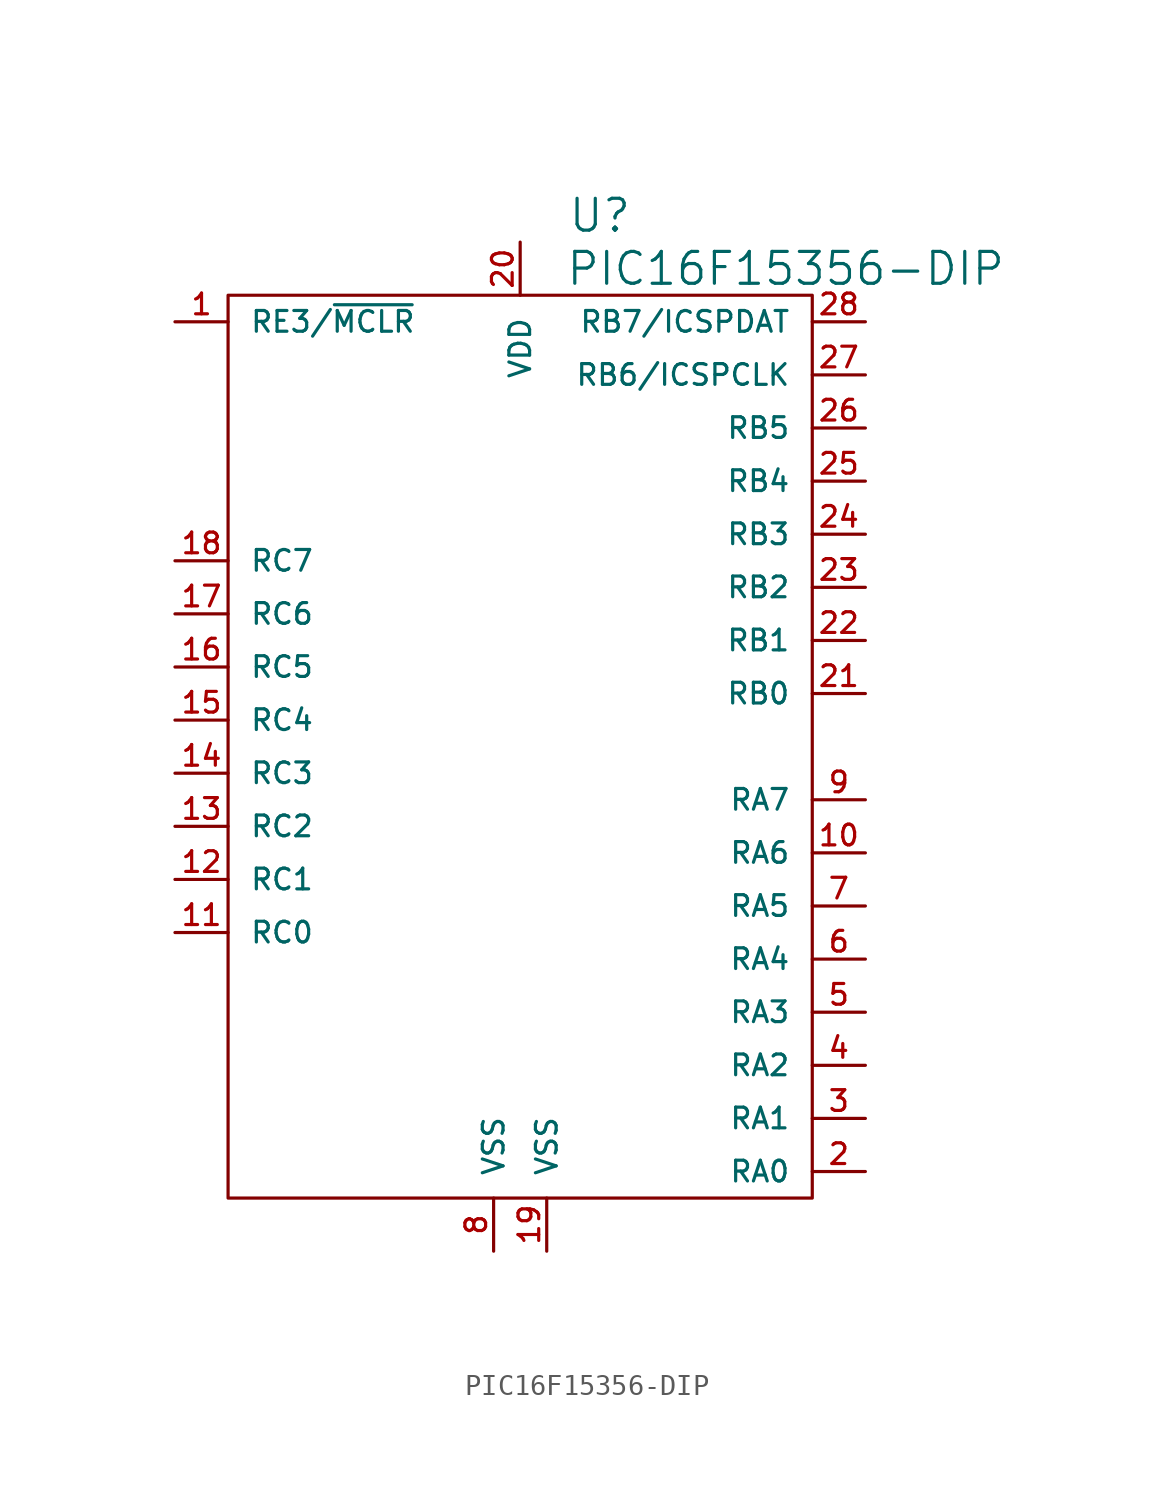
<source format=kicad_sym>
(kicad_symbol_lib
  (version 20220914)
  (generator kicad_symbol_editor)
  (symbol "PIC16F15356-DIP"
    (pin_names
      (offset 1.016))
    (property "Reference" "U"
      (at 3.81 25.4 0)
      (effects (font (size 1.524 1.524))))
    (property "Value" "PIC16F15356-DIP"
      (at 12.7 22.86 0)
      (effects (font (size 1.524 1.524))))
    (property "Footprint" ""
      (at 0 0 0)
      (effects (font (size 1.524 1.524))))
    (property "Datasheet" ""
      (at 0 0 0)
      (effects (font (size 1.524 1.524))))
    (symbol "PIC16F15356-DIP_0_1"
      (rectangle (start -13.97 21.59) (end 13.97 -21.59) (stroke (width 0) (type solid)) (fill (type none))))
    (symbol "PIC16F15356-DIP_1_1"
      (pin passive line (at -16.51 20.32 0) (length 2.54) (name "RE3/~{MCLR}" (effects (font (size 0.991 0.991)))) (number "1" (effects (font (size 0.991 0.991)))))
      (pin passive line (at 16.51 -5.08 180) (length 2.54) (name "RA6" (effects (font (size 0.991 0.991)))) (number "10" (effects (font (size 0.991 0.991)))))
      (pin passive line (at -16.51 -8.89 0) (length 2.54) (name "RC0" (effects (font (size 0.991 0.991)))) (number "11" (effects (font (size 0.991 0.991)))))
      (pin passive line (at -16.51 -6.35 0) (length 2.54) (name "RC1" (effects (font (size 0.991 0.991)))) (number "12" (effects (font (size 0.991 0.991)))))
      (pin passive line (at -16.51 -3.81 0) (length 2.54) (name "RC2" (effects (font (size 0.991 0.991)))) (number "13" (effects (font (size 0.991 0.991)))))
      (pin passive line (at -16.51 -1.27 0) (length 2.54) (name "RC3" (effects (font (size 0.991 0.991)))) (number "14" (effects (font (size 0.991 0.991)))))
      (pin passive line (at -16.51 1.27 0) (length 2.54) (name "RC4" (effects (font (size 0.991 0.991)))) (number "15" (effects (font (size 0.991 0.991)))))
      (pin passive line (at -16.51 3.81 0) (length 2.54) (name "RC5" (effects (font (size 0.991 0.991)))) (number "16" (effects (font (size 0.991 0.991)))))
      (pin passive line (at -16.51 6.35 0) (length 2.54) (name "RC6" (effects (font (size 0.991 0.991)))) (number "17" (effects (font (size 0.991 0.991)))))
      (pin passive line (at -16.51 8.89 0) (length 2.54) (name "RC7" (effects (font (size 0.991 0.991)))) (number "18" (effects (font (size 0.991 0.991)))))
      (pin passive line (at 1.27 -24.13 90) (length 2.54) (name "VSS" (effects (font (size 0.991 0.991)))) (number "19" (effects (font (size 0.991 0.991)))))
      (pin passive line (at 16.51 -20.32 180) (length 2.54) (name "RA0" (effects (font (size 0.991 0.991)))) (number "2" (effects (font (size 0.991 0.991)))))
      (pin passive line (at 0 24.13 270) (length 2.54) (name "VDD" (effects (font (size 0.991 0.991)))) (number "20" (effects (font (size 0.991 0.991)))))
      (pin passive line (at 16.51 2.54 180) (length 2.54) (name "RB0" (effects (font (size 0.991 0.991)))) (number "21" (effects (font (size 0.991 0.991)))))
      (pin passive line (at 16.51 5.08 180) (length 2.54) (name "RB1" (effects (font (size 0.991 0.991)))) (number "22" (effects (font (size 0.991 0.991)))))
      (pin passive line (at 16.51 7.62 180) (length 2.54) (name "RB2" (effects (font (size 0.991 0.991)))) (number "23" (effects (font (size 0.991 0.991)))))
      (pin passive line (at 16.51 10.16 180) (length 2.54) (name "RB3" (effects (font (size 0.991 0.991)))) (number "24" (effects (font (size 0.991 0.991)))))
      (pin passive line (at 16.51 12.7 180) (length 2.54) (name "RB4" (effects (font (size 0.991 0.991)))) (number "25" (effects (font (size 0.991 0.991)))))
      (pin passive line (at 16.51 15.24 180) (length 2.54) (name "RB5" (effects (font (size 0.991 0.991)))) (number "26" (effects (font (size 0.991 0.991)))))
      (pin passive line (at 16.51 17.78 180) (length 2.54) (name "RB6/ICSPCLK" (effects (font (size 0.991 0.991)))) (number "27" (effects (font (size 0.991 0.991)))))
      (pin passive line (at 16.51 20.32 180) (length 2.54) (name "RB7/ICSPDAT" (effects (font (size 0.991 0.991)))) (number "28" (effects (font (size 0.991 0.991)))))
      (pin passive line (at 16.51 -17.78 180) (length 2.54) (name "RA1" (effects (font (size 0.991 0.991)))) (number "3" (effects (font (size 0.991 0.991)))))
      (pin passive line (at 16.51 -15.24 180) (length 2.54) (name "RA2" (effects (font (size 0.991 0.991)))) (number "4" (effects (font (size 0.991 0.991)))))
      (pin passive line (at 16.51 -12.7 180) (length 2.54) (name "RA3" (effects (font (size 0.991 0.991)))) (number "5" (effects (font (size 0.991 0.991)))))
      (pin passive line (at 16.51 -10.16 180) (length 2.54) (name "RA4" (effects (font (size 0.991 0.991)))) (number "6" (effects (font (size 0.991 0.991)))))
      (pin passive line (at 16.51 -7.62 180) (length 2.54) (name "RA5" (effects (font (size 0.991 0.991)))) (number "7" (effects (font (size 0.991 0.991)))))
      (pin passive line (at -1.27 -24.13 90) (length 2.54) (name "VSS" (effects (font (size 0.991 0.991)))) (number "8" (effects (font (size 0.991 0.991)))))
      (pin passive line (at 16.51 -2.54 180) (length 2.54) (name "RA7" (effects (font (size 0.991 0.991)))) (number "9" (effects (font (size 0.991 0.991))))))))
</source>
